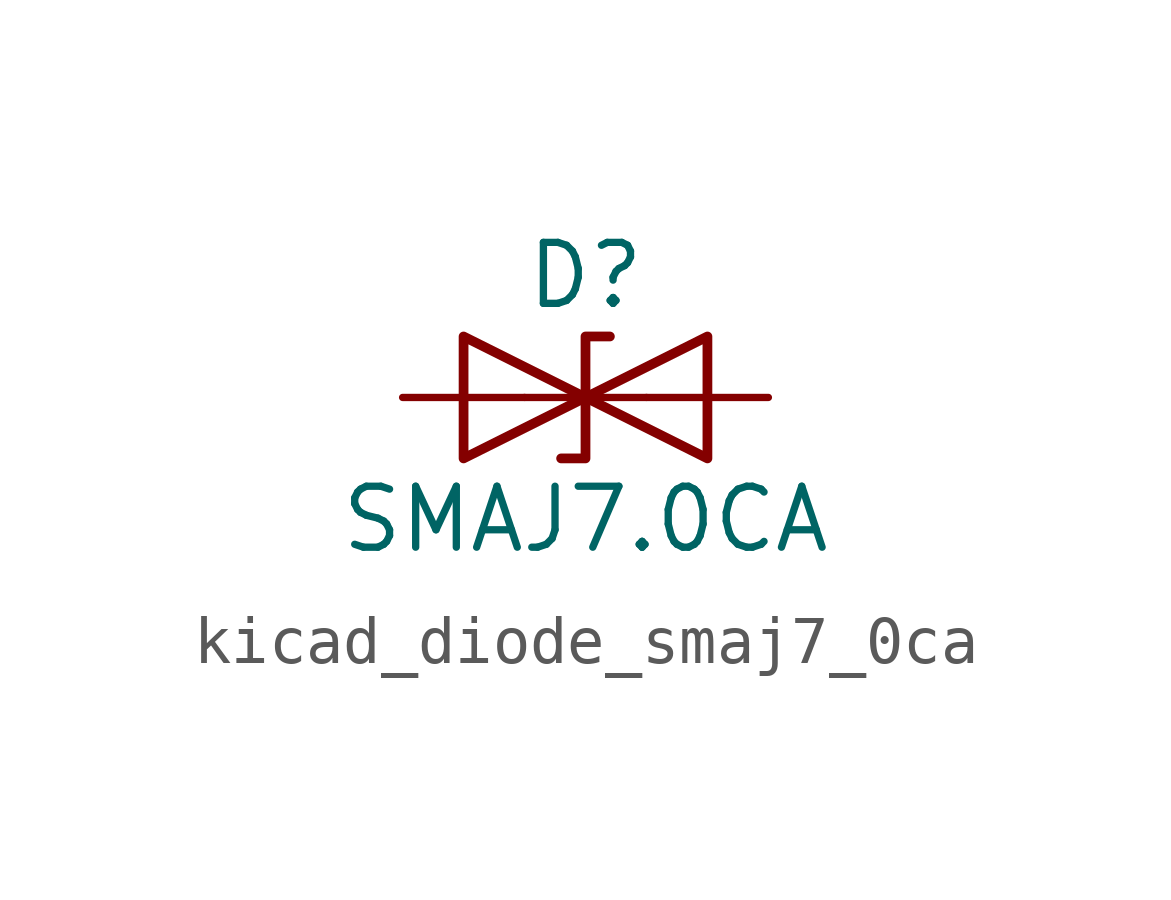
<source format=kicad_sym>
(kicad_symbol_lib
  (version 20220914)
  (generator kicad_symbol_editor)
  (symbol "kicad_diode_smaj7_0ca"
    (pin_numbers hide)
    (pin_names
      (offset 1.016) hide)
    (property "Reference" "D"
      (at 0 2.54 0)
      (effects (font (size 1.27 1.27))))
    (property "Value" "SMAJ7.0CA"
      (at 0 -2.54 0)
      (effects (font (size 1.27 1.27))))
    (symbol "kicad_diode_smaj7_0ca_0_1"
      (polyline (pts (xy 1.27 0) (xy -1.27 0)) (stroke (width 0) (type default)) (fill (type none)))
      (polyline (pts (xy -2.54 -1.27) (xy 0 0) (xy -2.54 1.27) (xy -2.54 -1.27)) (stroke (width 0.203) (type default)) (fill (type none)))
      (polyline (pts (xy 0.508 1.27) (xy 0 1.27) (xy 0 -1.27) (xy -0.508 -1.27)) (stroke (width 0.203) (type default)) (fill (type none)))
      (polyline (pts (xy 2.54 1.27) (xy 2.54 -1.27) (xy 0 0) (xy 2.54 1.27)) (stroke (width 0.203) (type default)) (fill (type none))))
    (symbol "kicad_diode_smaj7_0ca_1_1"
      (pin passive line (at -3.81 0 0) (length 2.54) (name "A1" (effects (font (size 1.27 1.27)))) (number "1" (effects (font (size 1.27 1.27)))))
      (pin passive line (at 3.81 0 180) (length 2.54) (name "A2" (effects (font (size 1.27 1.27)))) (number "2" (effects (font (size 1.27 1.27))))))))
</source>
